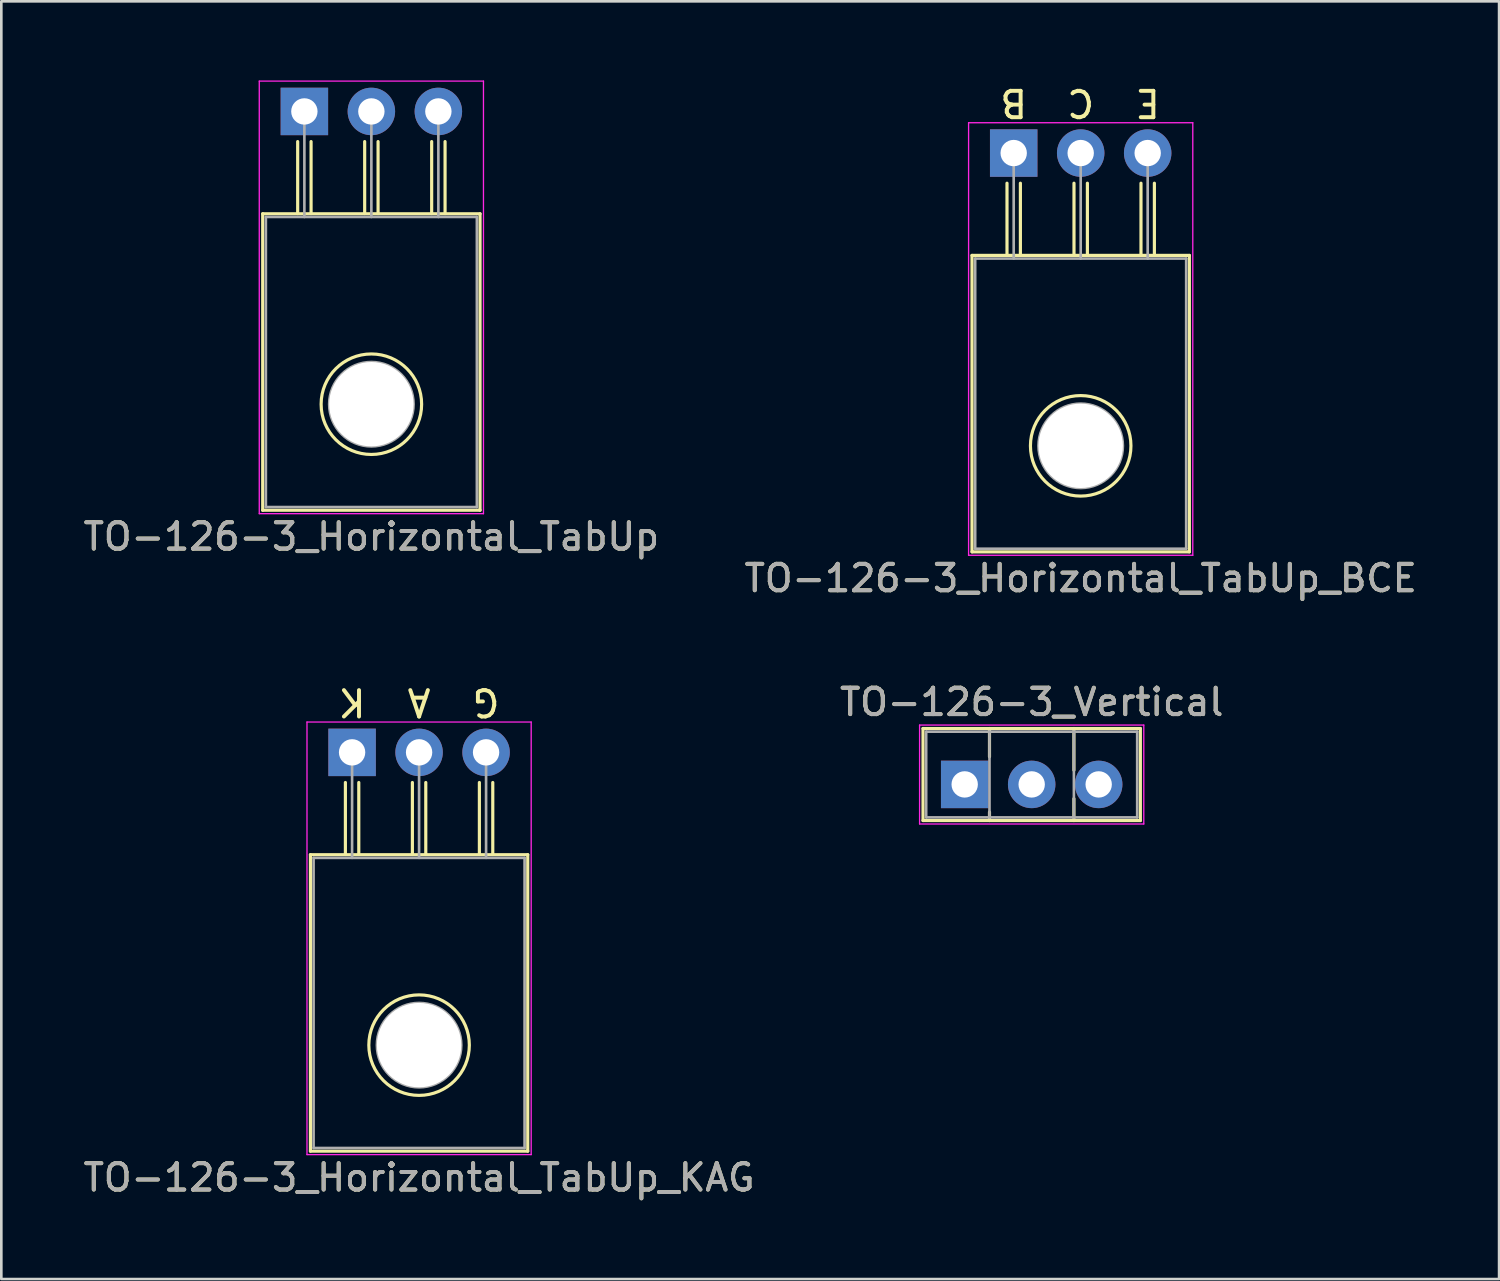
<source format=kicad_pcb>
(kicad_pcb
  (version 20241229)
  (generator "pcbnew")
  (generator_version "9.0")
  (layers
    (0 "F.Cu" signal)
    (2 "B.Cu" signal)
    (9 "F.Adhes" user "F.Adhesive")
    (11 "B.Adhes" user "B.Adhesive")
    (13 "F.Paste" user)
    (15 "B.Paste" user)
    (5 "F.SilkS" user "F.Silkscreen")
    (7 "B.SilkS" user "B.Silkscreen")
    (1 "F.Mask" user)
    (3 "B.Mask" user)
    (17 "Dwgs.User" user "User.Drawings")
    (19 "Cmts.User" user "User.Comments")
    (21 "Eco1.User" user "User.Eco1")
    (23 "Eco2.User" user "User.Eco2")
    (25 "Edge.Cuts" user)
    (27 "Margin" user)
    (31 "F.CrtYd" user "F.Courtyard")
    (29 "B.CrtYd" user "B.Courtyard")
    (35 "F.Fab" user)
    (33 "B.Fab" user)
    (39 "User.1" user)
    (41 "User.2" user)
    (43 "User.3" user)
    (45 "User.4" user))
  (footprint "TO-126-3_Horizontal_TabUp_KAG"
    (layer "F.Cu")
    (at 10.299 25.475)
    (property "Reference" "TO-126-3_Horizontal_TabUp_KAG" (at 2.54 16.12 0) (layer "F.SilkS") (effects (font (size 1 1) (thickness 0.15))))
    (fp_line (start -1.58 3.88) (end -1.58 15.12) (stroke (width 0.12) (type solid)) (layer "F.SilkS"))
    (fp_line (start -1.58 3.88) (end 6.66 3.88) (stroke (width 0.12) (type solid)) (layer "F.SilkS"))
    (fp_line (start -1.58 15.12) (end 6.66 15.12) (stroke (width 0.12) (type solid)) (layer "F.SilkS"))
    (fp_line (start -0.254 3.873) (end -0.254 1.143) (stroke (width 0.12) (type solid)) (layer "F.SilkS"))
    (fp_line (start 0.254 1.143) (end 0.254 3.873) (stroke (width 0.12) (type solid)) (layer "F.SilkS"))
    (fp_line (start 2.286 3.873) (end 2.286 1.143) (stroke (width 0.12) (type solid)) (layer "F.SilkS"))
    (fp_line (start 2.794 1.143) (end 2.794 3.873) (stroke (width 0.12) (type solid)) (layer "F.SilkS"))
    (fp_line (start 4.826 3.873) (end 4.826 1.143) (stroke (width 0.12) (type solid)) (layer "F.SilkS"))
    (fp_line (start 5.334 1.143) (end 5.334 3.873) (stroke (width 0.12) (type solid)) (layer "F.SilkS"))
    (fp_line (start 6.66 3.88) (end 6.66 15.12) (stroke (width 0.12) (type solid)) (layer "F.SilkS"))
    (fp_circle (center 2.54 11.1) (end 0.635 11.125) (stroke (width 0.12) (type solid)) (fill no) (layer "F.SilkS"))
    (fp_line (start -1.71 -1.15) (end -1.71 15.25) (stroke (width 0.05) (type solid)) (layer "F.CrtYd"))
    (fp_line (start -1.71 15.25) (end 6.79 15.25) (stroke (width 0.05) (type solid)) (layer "F.CrtYd"))
    (fp_line (start 6.79 -1.15) (end -1.71 -1.15) (stroke (width 0.05) (type solid)) (layer "F.CrtYd"))
    (fp_line (start 6.79 15.25) (end 6.79 -1.15) (stroke (width 0.05) (type solid)) (layer "F.CrtYd"))
    (fp_line (start -1.46 4) (end -1.46 15) (stroke (width 0.1) (type solid)) (layer "F.Fab"))
    (fp_line (start -1.46 15) (end 6.54 15) (stroke (width 0.1) (type solid)) (layer "F.Fab"))
    (fp_line (start 0 4) (end 0 0) (stroke (width 0.1) (type solid)) (layer "F.Fab"))
    (fp_line (start 2.54 4) (end 2.54 0) (stroke (width 0.1) (type solid)) (layer "F.Fab"))
    (fp_line (start 5.08 4) (end 5.08 0) (stroke (width 0.1) (type solid)) (layer "F.Fab"))
    (fp_line (start 6.54 4) (end -1.46 4) (stroke (width 0.1) (type solid)) (layer "F.Fab"))
    (fp_line (start 6.54 15) (end 6.54 4) (stroke (width 0.1) (type solid)) (layer "F.Fab"))
    (fp_circle (center 2.54 11.1) (end 4.14 11.1) (stroke (width 0.1) (type solid)) (fill no) (layer "F.Fab"))
    (fp_text user "G" (at 5.08 -1.905 180) (unlocked yes) (layer "F.SilkS") (effects (font (size 1 1) (thickness 0.15))))
    (fp_text user "K" (at 0 -1.905 180) (unlocked yes) (layer "F.SilkS") (effects (font (size 1 1) (thickness 0.15))))
    (fp_text user "A" (at 2.54 -1.905 180) (unlocked yes) (layer "F.SilkS") (effects (font (size 1 1) (thickness 0.15))))
    (fp_text user "${REFERENCE}" (at 2.54 16.12 0) (layer "F.Fab") (effects (font (size 1 1) (thickness 0.15))))
    (pad "" np_thru_hole oval (at 2.54 11.1) (size 3.2 3.2) (drill 3.2) (layers "*.Cu" "*.Mask"))
    (pad "1" thru_hole rect (at 0 0) (size 1.8 1.8) (drill 1) (layers "*.Cu" "*.Mask"))
    (pad "2" thru_hole oval (at 2.54 0) (size 1.8 1.8) (drill 1) (layers "*.Cu" "*.Mask"))
    (pad "3" thru_hole oval (at 5.08 0) (size 1.8 1.8) (drill 1) (layers "*.Cu" "*.Mask")))
  (footprint "TO-126-3_Horizontal_TabUp_BCE"
    (layer "F.Cu")
    (at 35.383 2.753)
    (property "Reference" "TO-126-3_Horizontal_TabUp_BCE" (at 2.54 16.12 0) (layer "F.SilkS") (effects (font (size 1 1) (thickness 0.15))))
    (fp_line (start -1.58 3.88) (end -1.58 15.12) (stroke (width 0.12) (type solid)) (layer "F.SilkS"))
    (fp_line (start -1.58 3.88) (end 6.66 3.88) (stroke (width 0.12) (type solid)) (layer "F.SilkS"))
    (fp_line (start -1.58 15.12) (end 6.66 15.12) (stroke (width 0.12) (type solid)) (layer "F.SilkS"))
    (fp_line (start -0.254 3.873) (end -0.254 1.143) (stroke (width 0.12) (type solid)) (layer "F.SilkS"))
    (fp_line (start 0.254 1.143) (end 0.254 3.873) (stroke (width 0.12) (type solid)) (layer "F.SilkS"))
    (fp_line (start 2.286 3.873) (end 2.286 1.143) (stroke (width 0.12) (type solid)) (layer "F.SilkS"))
    (fp_line (start 2.794 1.143) (end 2.794 3.873) (stroke (width 0.12) (type solid)) (layer "F.SilkS"))
    (fp_line (start 4.826 3.873) (end 4.826 1.143) (stroke (width 0.12) (type solid)) (layer "F.SilkS"))
    (fp_line (start 5.334 1.143) (end 5.334 3.873) (stroke (width 0.12) (type solid)) (layer "F.SilkS"))
    (fp_line (start 6.66 3.88) (end 6.66 15.12) (stroke (width 0.12) (type solid)) (layer "F.SilkS"))
    (fp_circle (center 2.54 11.1) (end 0.635 11.125) (stroke (width 0.12) (type solid)) (fill no) (layer "F.SilkS"))
    (fp_line (start -1.71 -1.15) (end -1.71 15.25) (stroke (width 0.05) (type solid)) (layer "F.CrtYd"))
    (fp_line (start -1.71 15.25) (end 6.79 15.25) (stroke (width 0.05) (type solid)) (layer "F.CrtYd"))
    (fp_line (start 6.79 -1.15) (end -1.71 -1.15) (stroke (width 0.05) (type solid)) (layer "F.CrtYd"))
    (fp_line (start 6.79 15.25) (end 6.79 -1.15) (stroke (width 0.05) (type solid)) (layer "F.CrtYd"))
    (fp_line (start -1.46 4) (end -1.46 15) (stroke (width 0.1) (type solid)) (layer "F.Fab"))
    (fp_line (start -1.46 15) (end 6.54 15) (stroke (width 0.1) (type solid)) (layer "F.Fab"))
    (fp_line (start 0 4) (end 0 0) (stroke (width 0.1) (type solid)) (layer "F.Fab"))
    (fp_line (start 2.54 4) (end 2.54 0) (stroke (width 0.1) (type solid)) (layer "F.Fab"))
    (fp_line (start 5.08 4) (end 5.08 0) (stroke (width 0.1) (type solid)) (layer "F.Fab"))
    (fp_line (start 6.54 4) (end -1.46 4) (stroke (width 0.1) (type solid)) (layer "F.Fab"))
    (fp_line (start 6.54 15) (end 6.54 4) (stroke (width 0.1) (type solid)) (layer "F.Fab"))
    (fp_circle (center 2.54 11.1) (end 4.14 11.1) (stroke (width 0.1) (type solid)) (fill no) (layer "F.Fab"))
    (fp_text user "E" (at 5.08 -1.905 180) (unlocked yes) (layer "F.SilkS") (effects (font (size 1 1) (thickness 0.15))))
    (fp_text user "C" (at 2.54 -1.905 180) (unlocked yes) (layer "F.SilkS") (effects (font (size 1 1) (thickness 0.15))))
    (fp_text user "B" (at 0 -1.905 180) (unlocked yes) (layer "F.SilkS") (effects (font (size 1 1) (thickness 0.15))))
    (fp_text user "${REFERENCE}" (at 2.54 16.12 0) (layer "F.Fab") (effects (font (size 1 1) (thickness 0.15))))
    (pad "" np_thru_hole oval (at 2.54 11.1) (size 3.2 3.2) (drill 3.2) (layers "*.Cu" "*.Mask"))
    (pad "1" thru_hole rect (at 0 0) (size 1.8 1.8) (drill 1) (layers "*.Cu" "*.Mask"))
    (pad "2" thru_hole oval (at 2.54 0) (size 1.8 1.8) (drill 1) (layers "*.Cu" "*.Mask"))
    (pad "3" thru_hole oval (at 5.08 0) (size 1.8 1.8) (drill 1) (layers "*.Cu" "*.Mask")))
  (footprint "TO-126-3_Horizontal_TabUp"
    (layer "F.Cu")
    (at 8.49 1.175)
    (property "Reference" "TO-126-3_Horizontal_TabUp" (at 2.54 16.12 0) (layer "F.SilkS") (effects (font (size 1 1) (thickness 0.15))))
    (attr through_hole)
    (fp_line (start -1.58 3.88) (end -1.58 15.12) (stroke (width 0.12) (type solid)) (layer "F.SilkS"))
    (fp_line (start -1.58 3.88) (end 6.66 3.88) (stroke (width 0.12) (type solid)) (layer "F.SilkS"))
    (fp_line (start -1.58 15.12) (end 6.66 15.12) (stroke (width 0.12) (type solid)) (layer "F.SilkS"))
    (fp_line (start -0.254 3.873) (end -0.254 1.143) (stroke (width 0.12) (type solid)) (layer "F.SilkS"))
    (fp_line (start 0.254 1.143) (end 0.254 3.873) (stroke (width 0.12) (type solid)) (layer "F.SilkS"))
    (fp_line (start 2.286 3.873) (end 2.286 1.143) (stroke (width 0.12) (type solid)) (layer "F.SilkS"))
    (fp_line (start 2.794 1.143) (end 2.794 3.873) (stroke (width 0.12) (type solid)) (layer "F.SilkS"))
    (fp_line (start 4.826 3.873) (end 4.826 1.143) (stroke (width 0.12) (type solid)) (layer "F.SilkS"))
    (fp_line (start 5.334 1.143) (end 5.334 3.873) (stroke (width 0.12) (type solid)) (layer "F.SilkS"))
    (fp_line (start 6.66 3.88) (end 6.66 15.12) (stroke (width 0.12) (type solid)) (layer "F.SilkS"))
    (fp_circle (center 2.54 11.1) (end 0.635 11.125) (stroke (width 0.12) (type solid)) (fill no) (layer "F.SilkS"))
    (fp_line (start -1.71 -1.15) (end -1.71 15.25) (stroke (width 0.05) (type solid)) (layer "F.CrtYd"))
    (fp_line (start -1.71 15.25) (end 6.79 15.25) (stroke (width 0.05) (type solid)) (layer "F.CrtYd"))
    (fp_line (start 6.79 -1.15) (end -1.71 -1.15) (stroke (width 0.05) (type solid)) (layer "F.CrtYd"))
    (fp_line (start 6.79 15.25) (end 6.79 -1.15) (stroke (width 0.05) (type solid)) (layer "F.CrtYd"))
    (fp_line (start -1.46 4) (end -1.46 15) (stroke (width 0.1) (type solid)) (layer "F.Fab"))
    (fp_line (start -1.46 15) (end 6.54 15) (stroke (width 0.1) (type solid)) (layer "F.Fab"))
    (fp_line (start 0 4) (end 0 0) (stroke (width 0.1) (type solid)) (layer "F.Fab"))
    (fp_line (start 2.54 4) (end 2.54 0) (stroke (width 0.1) (type solid)) (layer "F.Fab"))
    (fp_line (start 5.08 4) (end 5.08 0) (stroke (width 0.1) (type solid)) (layer "F.Fab"))
    (fp_line (start 6.54 4) (end -1.46 4) (stroke (width 0.1) (type solid)) (layer "F.Fab"))
    (fp_line (start 6.54 15) (end 6.54 4) (stroke (width 0.1) (type solid)) (layer "F.Fab"))
    (fp_circle (center 2.54 11.1) (end 4.14 11.1) (stroke (width 0.1) (type solid)) (fill no) (layer "F.Fab"))
    (fp_text user "${REFERENCE}" (at 2.54 16.12 0) (layer "F.Fab") (effects (font (size 1 1) (thickness 0.15))))
    (pad "" np_thru_hole oval (at 2.54 11.1) (size 3.2 3.2) (drill 3.2) (layers "*.Cu" "*.Mask"))
    (pad "1" thru_hole rect (at 0 0) (size 1.8 1.8) (drill 1) (layers "*.Cu" "*.Mask"))
    (pad "2" thru_hole oval (at 2.54 0) (size 1.8 1.8) (drill 1) (layers "*.Cu" "*.Mask"))
    (pad "3" thru_hole oval (at 5.08 0) (size 1.8 1.8) (drill 1) (layers "*.Cu" "*.Mask")))
  (footprint "TO-126-3_Vertical"
    (layer "F.Cu")
    (at 33.525 26.69)
    (property "Reference" "TO-126-3_Vertical" (at 2.54 -3.12 0) (layer "F.SilkS") (effects (font (size 1 1) (thickness 0.15))))
    (attr through_hole)
    (fp_line (start -1.58 -2.12) (end -1.58 1.37) (stroke (width 0.12) (type solid)) (layer "F.SilkS"))
    (fp_line (start -1.58 -2.12) (end 6.66 -2.12) (stroke (width 0.12) (type solid)) (layer "F.SilkS"))
    (fp_line (start -1.58 1.37) (end 6.66 1.37) (stroke (width 0.12) (type solid)) (layer "F.SilkS"))
    (fp_line (start 0.94 -2.12) (end 0.94 -1.05) (stroke (width 0.12) (type solid)) (layer "F.SilkS"))
    (fp_line (start 0.94 1.05) (end 0.94 1.37) (stroke (width 0.12) (type solid)) (layer "F.SilkS"))
    (fp_line (start 4.141 -2.12) (end 4.141 -0.54) (stroke (width 0.12) (type solid)) (layer "F.SilkS"))
    (fp_line (start 4.141 0.54) (end 4.141 1.37) (stroke (width 0.12) (type solid)) (layer "F.SilkS"))
    (fp_line (start 6.66 -2.12) (end 6.66 1.37) (stroke (width 0.12) (type solid)) (layer "F.SilkS"))
    (fp_line (start -1.71 -2.25) (end -1.71 1.5) (stroke (width 0.05) (type solid)) (layer "F.CrtYd"))
    (fp_line (start -1.71 1.5) (end 6.79 1.5) (stroke (width 0.05) (type solid)) (layer "F.CrtYd"))
    (fp_line (start 6.79 -2.25) (end -1.71 -2.25) (stroke (width 0.05) (type solid)) (layer "F.CrtYd"))
    (fp_line (start 6.79 1.5) (end 6.79 -2.25) (stroke (width 0.05) (type solid)) (layer "F.CrtYd"))
    (fp_line (start -1.46 -2) (end -1.46 1.25) (stroke (width 0.1) (type solid)) (layer "F.Fab"))
    (fp_line (start -1.46 1.25) (end 6.54 1.25) (stroke (width 0.1) (type solid)) (layer "F.Fab"))
    (fp_line (start 0.94 -2) (end 0.94 1.25) (stroke (width 0.1) (type solid)) (layer "F.Fab"))
    (fp_line (start 4.14 -2) (end 4.14 1.25) (stroke (width 0.1) (type solid)) (layer "F.Fab"))
    (fp_line (start 6.54 -2) (end -1.46 -2) (stroke (width 0.1) (type solid)) (layer "F.Fab"))
    (fp_line (start 6.54 1.25) (end 6.54 -2) (stroke (width 0.1) (type solid)) (layer "F.Fab"))
    (fp_text user "${REFERENCE}" (at 2.54 -3.12 0) (layer "F.Fab") (effects (font (size 1 1) (thickness 0.15))))
    (pad "1" thru_hole rect (at 0 0) (size 1.8 1.8) (drill 1) (layers "*.Cu" "*.Mask"))
    (pad "2" thru_hole oval (at 2.54 0) (size 1.8 1.8) (drill 1) (layers "*.Cu" "*.Mask"))
    (pad "3" thru_hole oval (at 5.08 0) (size 1.8 1.8) (drill 1) (layers "*.Cu" "*.Mask")))
  (gr_rect
    (start -3 -3)
    (end 53.786 45.443)
    (stroke (width 0.1) (type default))
    (fill no)
    (layer "Edge.Cuts")))
</source>
